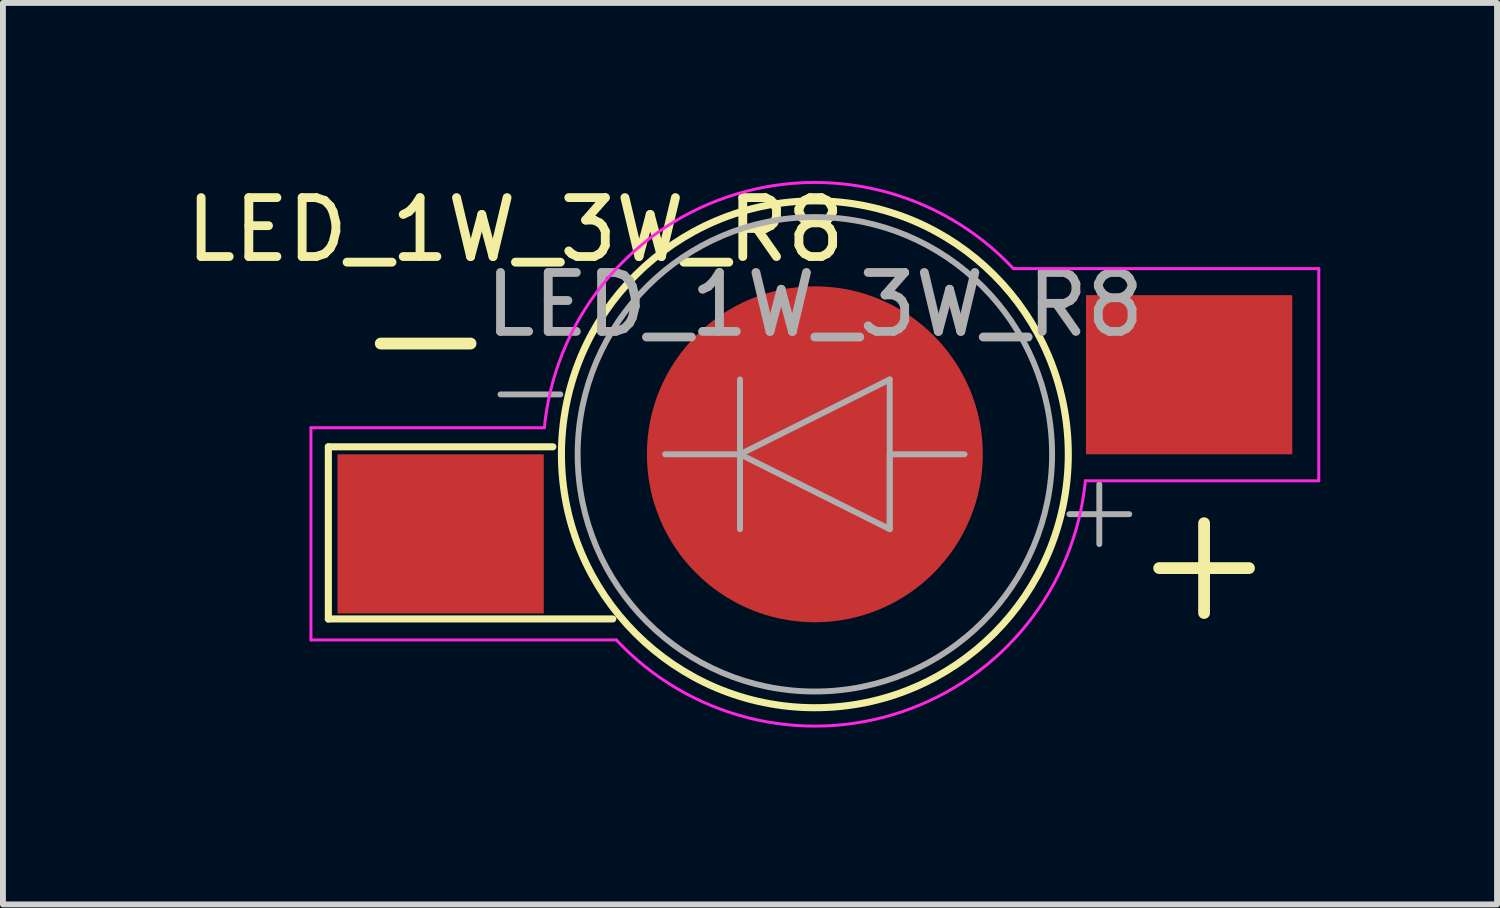
<source format=kicad_pcb>
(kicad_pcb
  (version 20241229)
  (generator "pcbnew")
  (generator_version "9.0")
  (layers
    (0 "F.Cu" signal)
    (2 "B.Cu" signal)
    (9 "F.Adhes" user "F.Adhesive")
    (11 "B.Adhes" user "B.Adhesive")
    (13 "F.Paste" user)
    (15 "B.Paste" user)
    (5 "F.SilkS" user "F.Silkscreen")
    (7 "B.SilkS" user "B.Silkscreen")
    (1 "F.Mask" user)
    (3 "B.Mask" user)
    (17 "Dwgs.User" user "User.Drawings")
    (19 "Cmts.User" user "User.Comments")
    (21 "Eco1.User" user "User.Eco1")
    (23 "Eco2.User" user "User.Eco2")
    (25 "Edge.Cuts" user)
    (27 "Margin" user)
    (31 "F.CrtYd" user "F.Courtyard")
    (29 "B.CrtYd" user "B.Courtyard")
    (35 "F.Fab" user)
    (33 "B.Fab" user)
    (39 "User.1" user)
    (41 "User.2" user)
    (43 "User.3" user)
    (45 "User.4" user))
  (footprint "LED_1W_3W_R8"
    (layer "F.Cu")
    (at 10.776 4.658)
    (property "Reference" "LED_1W_3W_R8" (at -5.08 -3.81 0) (layer "F.SilkS") (effects (font (size 1 1) (thickness 0.15))))
    (attr smd)
    (fp_line (start -8.255 -0.127) (end -8.255 2.794) (stroke (width 0.12) (type solid)) (layer "F.SilkS"))
    (fp_line (start -8.255 2.794) (end -3.429 2.794) (stroke (width 0.12) (type solid)) (layer "F.SilkS"))
    (fp_line (start -4.445 -0.127) (end -8.255 -0.127) (stroke (width 0.12) (type solid)) (layer "F.SilkS"))
    (fp_circle (center 0 0) (end -4.3 0) (stroke (width 0.12) (type solid)) (fill no) (layer "F.SilkS"))
    (fp_line (start -8.55 -0.45) (end -8.55 3.15) (stroke (width 0.05) (type solid)) (layer "F.CrtYd"))
    (fp_line (start -8.55 3.15) (end -3.37 3.15) (stroke (width 0.05) (type solid)) (layer "F.CrtYd"))
    (fp_line (start -4.59 -0.45) (end -8.55 -0.45) (stroke (width 0.05) (type solid)) (layer "F.CrtYd"))
    (fp_line (start 3.37 -3.15) (end 8.55 -3.15) (stroke (width 0.05) (type solid)) (layer "F.CrtYd"))
    (fp_line (start 8.55 -3.15) (end 8.55 0.45) (stroke (width 0.05) (type solid)) (layer "F.CrtYd"))
    (fp_line (start 8.55 0.45) (end 4.59 0.45) (stroke (width 0.05) (type solid)) (layer "F.CrtYd"))
    (fp_arc (start -4.59 -0.45) (mid -1.481265 -4.36766) (end 3.369303 -3.149349) (stroke (width 0.05) (type solid)) (layer "F.CrtYd"))
    (fp_arc (start 4.59 0.45) (mid 1.481265 4.36766) (end -3.369303 3.149349) (stroke (width 0.05) (type solid)) (layer "F.CrtYd"))
    (fp_line (start -5.334 -1.016) (end -4.318 -1.016) (stroke (width 0.1) (type solid)) (layer "F.Fab"))
    (fp_line (start -2.54 0) (end -1.27 0) (stroke (width 0.1) (type solid)) (layer "F.Fab"))
    (fp_line (start -1.27 -1.27) (end -1.27 1.27) (stroke (width 0.1) (type solid)) (layer "F.Fab"))
    (fp_line (start -1.27 0) (end 1.27 -1.27) (stroke (width 0.1) (type solid)) (layer "F.Fab"))
    (fp_line (start -1.27 0) (end 1.27 1.27) (stroke (width 0.1) (type solid)) (layer "F.Fab"))
    (fp_line (start 1.27 -1.27) (end 1.27 1.27) (stroke (width 0.1) (type solid)) (layer "F.Fab"))
    (fp_line (start 1.27 0) (end 2.54 0) (stroke (width 0.1) (type solid)) (layer "F.Fab"))
    (fp_line (start 1.27 1.27) (end 1.27 0) (stroke (width 0.1) (type solid)) (layer "F.Fab"))
    (fp_line (start 4.318 1.016) (end 5.334 1.016) (stroke (width 0.1) (type solid)) (layer "F.Fab"))
    (fp_line (start 4.826 1.524) (end 4.826 0.508) (stroke (width 0.1) (type solid)) (layer "F.Fab"))
    (fp_circle (center 0 0) (end 4.025 0) (stroke (width 0.1) (type solid)) (fill no) (layer "F.Fab"))
    (fp_text user "-" (at -6.604 -2.032 0) (layer "F.SilkS") (effects (font (size 2 2) (thickness 0.2))))
    (fp_text user "+" (at 6.604 1.778 0) (layer "F.SilkS") (effects (font (size 2 2) (thickness 0.2))))
    (fp_text user "${REFERENCE}" (at 0 -2.54 0) (layer "F.Fab") (effects (font (size 1 1) (thickness 0.15))))
    (pad "1" smd rect (at -6.35 1.35) (size 3.5 2.7) (layers "F.Cu" "F.Mask" "F.Paste"))
    (pad "2" smd rect (at 6.35 -1.35) (size 3.5 2.7) (layers "F.Cu" "F.Mask" "F.Paste"))
    (pad "3" smd circle (at 0 0) (size 5.7 5.7) (layers "F.Cu" "F.Mask" "F.Paste")))
  (gr_rect
    (start -3 -3)
    (end 22.351 12.295)
    (stroke (width 0.1) (type default))
    (fill no)
    (layer "Edge.Cuts")))
</source>
